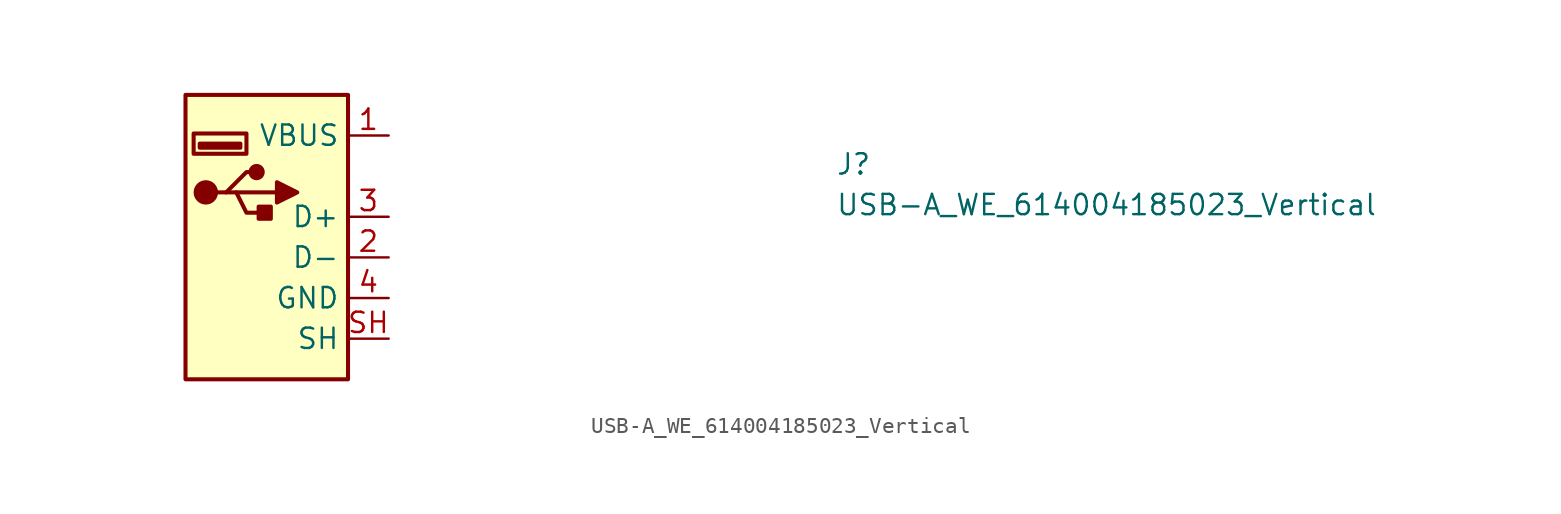
<source format=kicad_sym>
(kicad_symbol_lib
  (version 20220914)
  (generator kicad_symbol_editor)
  (symbol "USB-A_WE_614004185023_Vertical"
    (property "Reference" "J"
      (at 27.94 -2.54 0)
      (effects (font (size 1.27 1.27) (thickness 0.15)) (justify left bottom)))
    (property "Value" "USB-A_WE_614004185023_Vertical"
      (at 27.94 -5.08 0)
      (effects (font (size 1.27 1.27) (thickness 0.15)) (justify left bottom)))
    (symbol "USB-A_WE_614004185023_Vertical_1_1"
      (rectangle (start -12.7 2.54) (end -2.54 -15.24) (stroke (width 0.254) (type default)) (fill (type background)))
      (rectangle (start -11.811 -0.508) (end -9.271 -0.762) (stroke (width 0.254) (type default)) (fill (type background)))
      (circle (center -11.43 -3.556) (radius 0.635) (stroke (width 0.254) (type default)) (fill (type outline)))
      (rectangle (start -8.89 -1.143) (end -12.192 0.127) (stroke (width 0.254) (type default)) (fill (type background)))
      (circle (center -8.255 -2.286) (radius 0.381) (stroke (width 0.254) (type default)) (fill (type outline)))
      (rectangle (start -7.366 -4.445) (end -8.128 -5.207) (stroke (width 0.254) (type default)) (fill (type outline)))
      (polyline (pts (xy -9.525 -3.556) (xy -6.985 -3.556)) (stroke (width 0.254) (type default)) (fill (type background)))
      (polyline (pts (xy -10.795 -3.556) (xy -10.16 -3.556) (xy -8.89 -2.286) (xy -8.255 -2.286)) (stroke (width 0.254) (type default)) (fill (type background)))
      (polyline (pts (xy -10.16 -3.556) (xy -9.525 -3.556) (xy -8.89 -4.826) (xy -7.62 -4.826)) (stroke (width 0.254) (type default)) (fill (type background)))
      (polyline (pts (xy -6.985 -2.921) (xy -6.985 -4.191) (xy -5.715 -3.556) (xy -6.985 -2.921)) (stroke (width 0.254) (type default)) (fill (type outline)))
      (pin passive line (at 0 0 180) (length 2.54) (name "VBUS" (effects (font (size 1.27 1.27)))) (number "1" (effects (font (size 1.27 1.27)))))
      (pin bidirectional line (at 0 -7.62 180) (length 2.54) (name "D-" (effects (font (size 1.27 1.27)))) (number "2" (effects (font (size 1.27 1.27)))))
      (pin bidirectional line (at 0 -5.08 180) (length 2.54) (name "D+" (effects (font (size 1.27 1.27)))) (number "3" (effects (font (size 1.27 1.27)))))
      (pin power_in line (at 0 -10.16 180) (length 2.54) (name "GND" (effects (font (size 1.27 1.27)))) (number "4" (effects (font (size 1.27 1.27)))))
      (pin passive line (at 0 -12.7 180) (length 2.54) (name "SH" (effects (font (size 1.27 1.27)))) (number "SH" (effects (font (size 1.27 1.27))))))))
</source>
